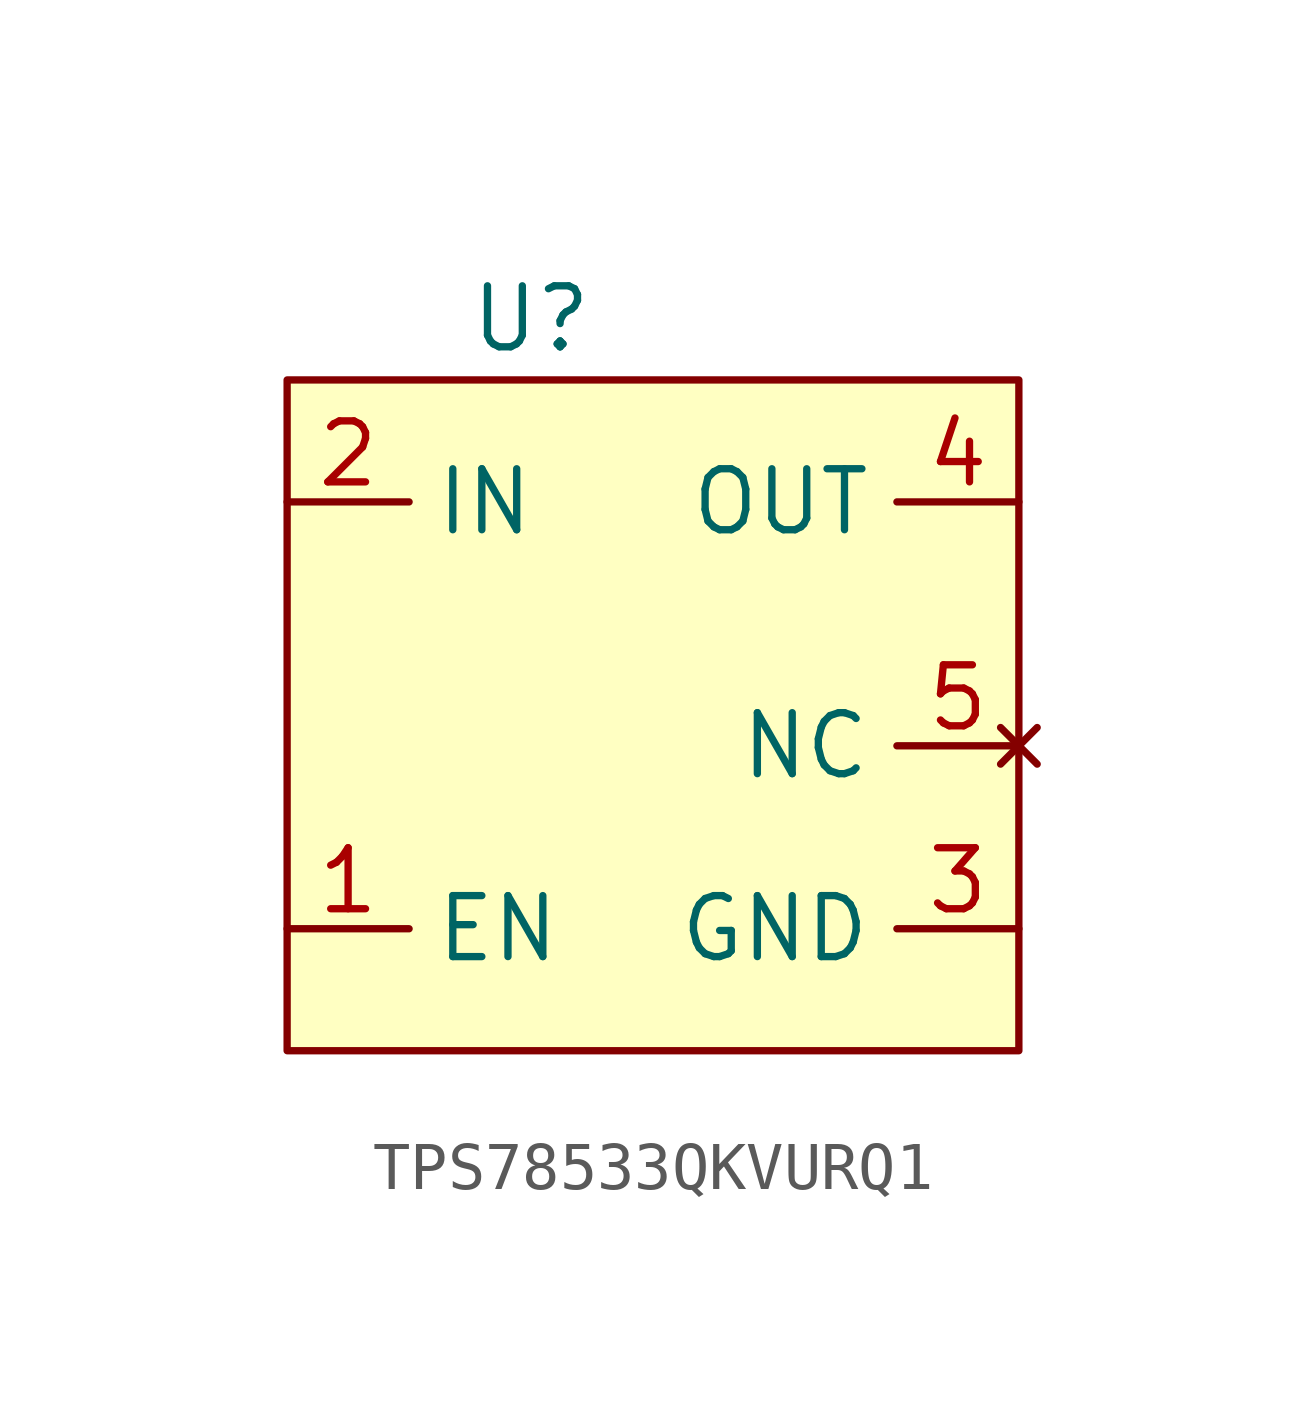
<source format=kicad_sym>
(kicad_symbol_lib
  (version 20220914)
  (generator kicad_symbol_editor)
  (symbol "TPS78533QKVURQ1"
    (property "Reference" "U"
      (at 0 0 0)
      (effects (font (size 1.27 1.27))))
    (property "Value" ""
      (at 0 0 0)
      (effects (font (size 1.27 1.27))))
    (symbol "TPS78533QKVURQ1_1_1"
      (rectangle (start -5.08 -1.27) (end 10.16 -15.24) (stroke (width 0) (type default)) (fill (type background)))
      (pin input line (at -5.08 -12.7 0) (length 2.54) (name "EN" (effects (font (size 1.27 1.27)))) (number "1" (effects (font (size 1.27 1.27)))))
      (pin power_in line (at -5.08 -3.81 0) (length 2.54) (name "IN" (effects (font (size 1.27 1.27)))) (number "2" (effects (font (size 1.27 1.27)))))
      (pin power_out line (at 10.16 -12.7 180) (length 2.54) (name "GND" (effects (font (size 1.27 1.27)))) (number "3" (effects (font (size 1.27 1.27)))))
      (pin power_out line (at 10.16 -3.81 180) (length 2.54) (name "OUT" (effects (font (size 1.27 1.27)))) (number "4" (effects (font (size 1.27 1.27)))))
      (pin no_connect line (at 10.16 -8.89 180) (length 2.54) (name "NC" (effects (font (size 1.27 1.27)))) (number "5" (effects (font (size 1.27 1.27))))))))
</source>
